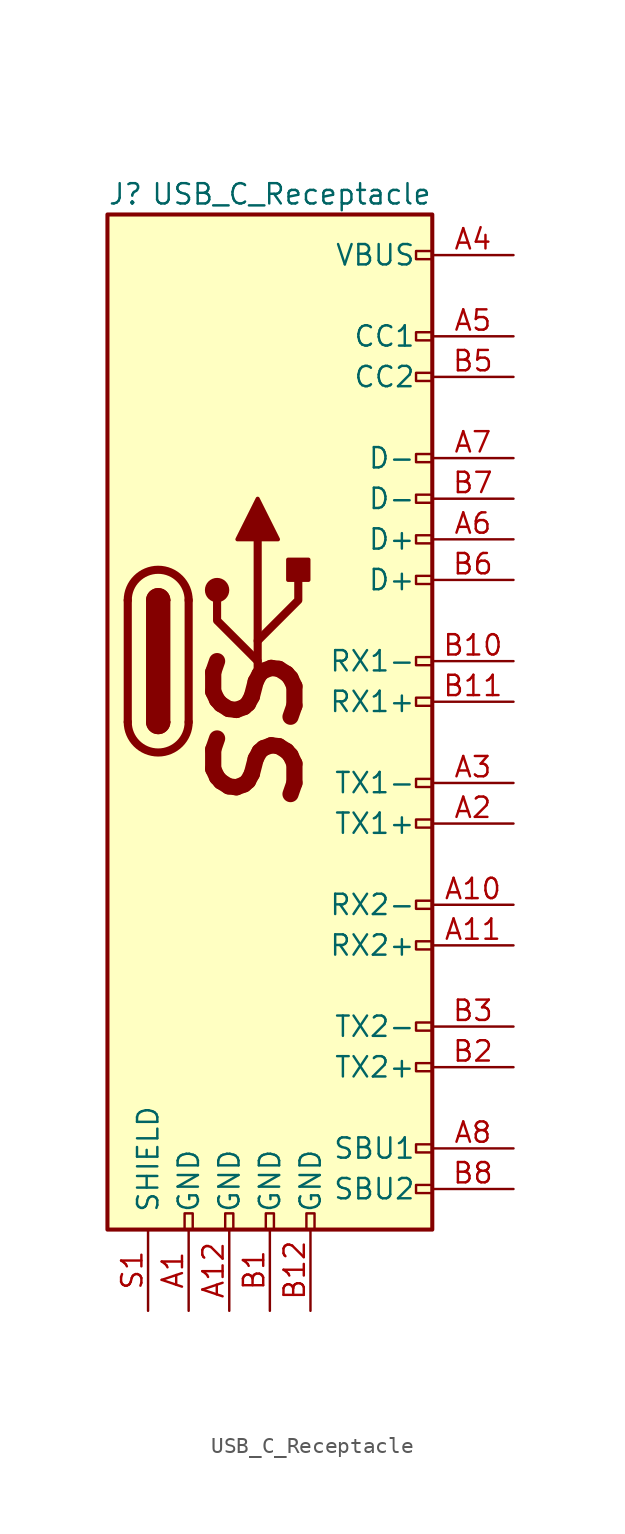
<source format=kicad_sym>
(kicad_symbol_lib
  (version 20201005)
  (generator kicad_symbol_editor)
  (symbol "USB_C_Receptacle"
    (pin_names
      (offset 1.016))
    (property "Reference" "J"
      (at -10.16 29.21 0)
      (effects (font (size 1.27 1.27)) (justify left)))
    (property "Value" "USB_C_Receptacle"
      (at 10.16 29.21 0)
      (effects (font (size 1.27 1.27)) (justify right)))
    (symbol "USB_C_Receptacle_0_0"
      (text "SS" (at -0.762 -4.445 900) (effects (font (size 5.08 5.08) bold italic)))
      (rectangle (start -5.334 -35.56) (end -4.826 -34.544) (stroke (width 0)) (fill (type none)))
      (rectangle (start -2.794 -35.56) (end -2.286 -34.544) (stroke (width 0)) (fill (type none)))
      (rectangle (start -0.254 -35.56) (end 0.254 -34.544) (stroke (width 0)) (fill (type none)))
      (rectangle (start 2.286 -35.56) (end 2.794 -34.544) (stroke (width 0)) (fill (type none)))
      (rectangle (start 10.16 -32.766) (end 9.144 -33.274) (stroke (width 0)) (fill (type none)))
      (rectangle (start 10.16 -30.226) (end 9.144 -30.734) (stroke (width 0)) (fill (type none)))
      (rectangle (start 10.16 -25.146) (end 9.144 -25.654) (stroke (width 0)) (fill (type none)))
      (rectangle (start 10.16 -22.606) (end 9.144 -23.114) (stroke (width 0)) (fill (type none)))
      (rectangle (start 10.16 -17.526) (end 9.144 -18.034) (stroke (width 0)) (fill (type none)))
      (rectangle (start 10.16 -14.986) (end 9.144 -15.494) (stroke (width 0)) (fill (type none)))
      (rectangle (start 10.16 -9.906) (end 9.144 -10.414) (stroke (width 0)) (fill (type none)))
      (rectangle (start 10.16 -7.366) (end 9.144 -7.874) (stroke (width 0)) (fill (type none)))
      (rectangle (start 10.16 -2.286) (end 9.144 -2.794) (stroke (width 0)) (fill (type none)))
      (rectangle (start 10.16 0.254) (end 9.144 -0.254) (stroke (width 0)) (fill (type none)))
      (rectangle (start 10.16 5.334) (end 9.144 4.826) (stroke (width 0)) (fill (type none)))
      (rectangle (start 10.16 7.874) (end 9.144 7.366) (stroke (width 0)) (fill (type none)))
      (rectangle (start 10.16 10.414) (end 9.144 9.906) (stroke (width 0)) (fill (type none)))
      (rectangle (start 10.16 12.954) (end 9.144 12.446) (stroke (width 0)) (fill (type none)))
      (rectangle (start 10.16 18.034) (end 9.144 17.526) (stroke (width 0)) (fill (type none)))
      (rectangle (start 10.16 20.574) (end 9.144 20.066) (stroke (width 0)) (fill (type none)))
      (rectangle (start 10.16 25.654) (end 9.144 25.146) (stroke (width 0)) (fill (type none))))
    (symbol "USB_C_Receptacle_0_1"
      (arc (start -8.89 -3.81) (end -5.08 -3.81) (radius (at -6.985 -3.81) (length 1.905) (angles -179.9 -0.1)) (stroke (width 0.508)) (fill (type none)))
      (arc (start -7.62 -3.81) (end -6.35 -3.81) (radius (at -6.985 -3.81) (length 0.635) (angles -179.9 -0.1)) (stroke (width 0.254)) (fill (type none)))
      (arc (start -6.35 3.81) (end -7.62 3.81) (radius (at -6.985 3.81) (length 0.635) (angles 0.1 179.9)) (stroke (width 0.254)) (fill (type none)))
      (arc (start -5.08 3.81) (end -8.89 3.81) (radius (at -6.985 3.81) (length 1.905) (angles 0.1 179.9)) (stroke (width 0.508)) (fill (type none)))
      (arc (start -7.62 -3.81) (end -6.35 -3.81) (radius (at -6.985 -3.81) (length 0.635) (angles -179.9 -0.1)) (stroke (width 0.254)) (fill (type outline)))
      (arc (start -6.35 3.81) (end -7.62 3.81) (radius (at -6.985 3.81) (length 0.635) (angles 0.1 179.9)) (stroke (width 0.254)) (fill (type outline)))
      (circle (center -3.302 4.445) (radius 0.635) (stroke (width 0.254)) (fill (type outline)))
      (rectangle (start -7.62 -3.81) (end -6.35 3.81) (stroke (width 0.254)) (fill (type outline)))
      (rectangle (start 1.143 5.08) (end 2.413 6.35) (stroke (width 0.254)) (fill (type outline)))
      (rectangle (start -10.16 27.94) (end 10.16 -35.56) (stroke (width 0.254)) (fill (type background)))
      (polyline (pts (xy -8.89 -3.81) (xy -8.89 3.81)) (stroke (width 0.508)) (fill (type none)))
      (polyline (pts (xy -5.08 3.81) (xy -5.08 -3.81)) (stroke (width 0.508)) (fill (type none)))
      (polyline (pts (xy -0.762 -1.27) (xy -0.762 7.62)) (stroke (width 0.508)) (fill (type none)))
      (polyline (pts (xy -0.762 0) (xy -3.302 2.54) (xy -3.302 3.81)) (stroke (width 0.508)) (fill (type none)))
      (polyline (pts (xy -0.762 1.27) (xy 1.778 3.81) (xy 1.778 5.08)) (stroke (width 0.508)) (fill (type none)))
      (polyline (pts (xy -2.032 7.62) (xy -0.762 10.16) (xy 0.508 7.62) (xy -2.032 7.62)) (stroke (width 0.254)) (fill (type outline))))
    (symbol "USB_C_Receptacle_1_1"
      (pin passive line (at -5.08 -40.64 90) (length 5.08) (name "GND" (effects (font (size 1.27 1.27)))) (number "A1" (effects (font (size 1.27 1.27)))))
      (pin bidirectional line (at 15.24 -15.24 180) (length 5.08) (name "RX2-" (effects (font (size 1.27 1.27)))) (number "A10" (effects (font (size 1.27 1.27)))))
      (pin bidirectional line (at 15.24 -17.78 180) (length 5.08) (name "RX2+" (effects (font (size 1.27 1.27)))) (number "A11" (effects (font (size 1.27 1.27)))))
      (pin passive line (at -2.54 -40.64 90) (length 5.08) (name "GND" (effects (font (size 1.27 1.27)))) (number "A12" (effects (font (size 1.27 1.27)))))
      (pin bidirectional line (at 15.24 -10.16 180) (length 5.08) (name "TX1+" (effects (font (size 1.27 1.27)))) (number "A2" (effects (font (size 1.27 1.27)))))
      (pin bidirectional line (at 15.24 -7.62 180) (length 5.08) (name "TX1-" (effects (font (size 1.27 1.27)))) (number "A3" (effects (font (size 1.27 1.27)))))
      (pin power_out line (at 15.24 25.4 180) (length 5.08) (name "VBUS" (effects (font (size 1.27 1.27)))) (number "A4" (effects (font (size 1.27 1.27)))))
      (pin bidirectional line (at 15.24 20.32 180) (length 5.08) (name "CC1" (effects (font (size 1.27 1.27)))) (number "A5" (effects (font (size 1.27 1.27)))))
      (pin bidirectional line (at 15.24 7.62 180) (length 5.08) (name "D+" (effects (font (size 1.27 1.27)))) (number "A6" (effects (font (size 1.27 1.27)))))
      (pin bidirectional line (at 15.24 12.7 180) (length 5.08) (name "D-" (effects (font (size 1.27 1.27)))) (number "A7" (effects (font (size 1.27 1.27)))))
      (pin bidirectional line (at 15.24 -30.48 180) (length 5.08) (name "SBU1" (effects (font (size 1.27 1.27)))) (number "A8" (effects (font (size 1.27 1.27)))))
      (pin power_out line (at 15.24 25.4 180) (length 5.08) hide (name "VBUS" (effects (font (size 1.27 1.27)))) (number "A9" (effects (font (size 1.27 1.27)))))
      (pin passive line (at 0 -40.64 90) (length 5.08) (name "GND" (effects (font (size 1.27 1.27)))) (number "B1" (effects (font (size 1.27 1.27)))))
      (pin bidirectional line (at 15.24 0 180) (length 5.08) (name "RX1-" (effects (font (size 1.27 1.27)))) (number "B10" (effects (font (size 1.27 1.27)))))
      (pin bidirectional line (at 15.24 -2.54 180) (length 5.08) (name "RX1+" (effects (font (size 1.27 1.27)))) (number "B11" (effects (font (size 1.27 1.27)))))
      (pin passive line (at 2.54 -40.64 90) (length 5.08) (name "GND" (effects (font (size 1.27 1.27)))) (number "B12" (effects (font (size 1.27 1.27)))))
      (pin bidirectional line (at 15.24 -25.4 180) (length 5.08) (name "TX2+" (effects (font (size 1.27 1.27)))) (number "B2" (effects (font (size 1.27 1.27)))))
      (pin bidirectional line (at 15.24 -22.86 180) (length 5.08) (name "TX2-" (effects (font (size 1.27 1.27)))) (number "B3" (effects (font (size 1.27 1.27)))))
      (pin power_out line (at 15.24 25.4 180) (length 5.08) hide (name "VBUS" (effects (font (size 1.27 1.27)))) (number "B4" (effects (font (size 1.27 1.27)))))
      (pin bidirectional line (at 15.24 17.78 180) (length 5.08) (name "CC2" (effects (font (size 1.27 1.27)))) (number "B5" (effects (font (size 1.27 1.27)))))
      (pin bidirectional line (at 15.24 5.08 180) (length 5.08) (name "D+" (effects (font (size 1.27 1.27)))) (number "B6" (effects (font (size 1.27 1.27)))))
      (pin bidirectional line (at 15.24 10.16 180) (length 5.08) (name "D-" (effects (font (size 1.27 1.27)))) (number "B7" (effects (font (size 1.27 1.27)))))
      (pin bidirectional line (at 15.24 -33.02 180) (length 5.08) (name "SBU2" (effects (font (size 1.27 1.27)))) (number "B8" (effects (font (size 1.27 1.27)))))
      (pin power_out line (at 15.24 25.4 180) (length 5.08) hide (name "VBUS" (effects (font (size 1.27 1.27)))) (number "B9" (effects (font (size 1.27 1.27)))))
      (pin passive line (at -7.62 -40.64 90) (length 5.08) (name "SHIELD" (effects (font (size 1.27 1.27)))) (number "S1" (effects (font (size 1.27 1.27))))))))
</source>
